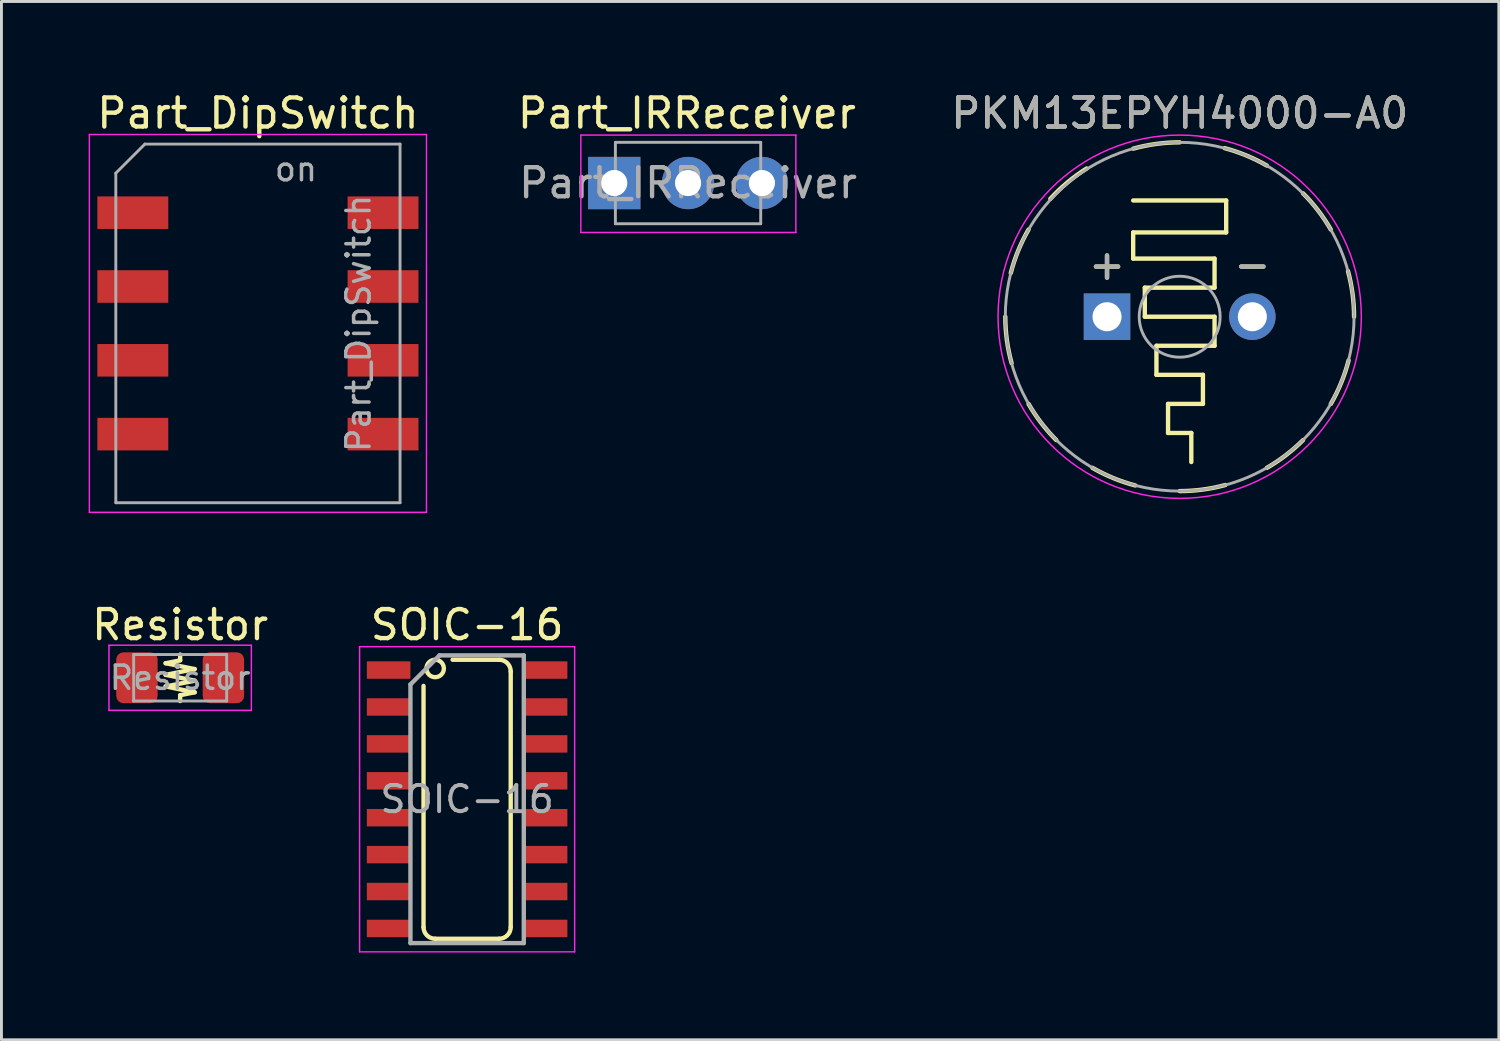
<source format=kicad_pcb>
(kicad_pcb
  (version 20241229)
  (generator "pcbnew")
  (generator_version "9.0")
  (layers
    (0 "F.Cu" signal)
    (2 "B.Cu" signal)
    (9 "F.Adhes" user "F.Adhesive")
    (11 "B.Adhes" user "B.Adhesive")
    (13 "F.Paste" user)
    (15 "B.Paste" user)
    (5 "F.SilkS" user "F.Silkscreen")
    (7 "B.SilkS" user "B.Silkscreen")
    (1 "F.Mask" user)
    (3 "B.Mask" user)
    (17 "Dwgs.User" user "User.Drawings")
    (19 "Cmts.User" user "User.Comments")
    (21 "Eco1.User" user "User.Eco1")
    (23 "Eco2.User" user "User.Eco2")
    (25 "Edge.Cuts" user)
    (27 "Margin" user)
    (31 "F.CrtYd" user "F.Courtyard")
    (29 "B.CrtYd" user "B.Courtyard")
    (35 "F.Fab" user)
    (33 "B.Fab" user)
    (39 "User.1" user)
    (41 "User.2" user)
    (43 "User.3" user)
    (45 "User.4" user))
  (footprint "Part_IRReceiver"
    (layer "F.Cu")
    (at 18.085 3.248)
    (property "Reference" "Part_IRReceiver" (at 2.5 -2.4 180) (layer "F.SilkS") (effects (font (size 1 1) (thickness 0.15))))
    (attr through_hole)
    (fp_line (start -1.15 -1.65) (end -1.15 1.7) (stroke (width 0.05) (type solid)) (layer "F.CrtYd"))
    (fp_line (start -1.15 -1.65) (end 6.25 -1.65) (stroke (width 0.05) (type solid)) (layer "F.CrtYd"))
    (fp_line (start 6.25 1.7) (end -1.15 1.7) (stroke (width 0.05) (type solid)) (layer "F.CrtYd"))
    (fp_line (start 6.25 1.7) (end 6.25 -1.65) (stroke (width 0.05) (type solid)) (layer "F.CrtYd"))
    (fp_line (start 0.04 -1.4) (end 5.04 -1.4) (stroke (width 0.1) (type solid)) (layer "F.Fab"))
    (fp_line (start 0.04 1.4) (end 0.04 -1.4) (stroke (width 0.1) (type solid)) (layer "F.Fab"))
    (fp_line (start 5.04 -1.4) (end 5.04 1.4) (stroke (width 0.1) (type solid)) (layer "F.Fab"))
    (fp_line (start 5.04 1.4) (end 0.04 1.4) (stroke (width 0.1) (type solid)) (layer "F.Fab"))
    (fp_text user "${REFERENCE}" (at 2.54 0 0) (layer "F.Fab") (effects (font (size 1 1) (thickness 0.15))))
    (pad "1" thru_hole rect (at 0 0) (size 1.8 1.8) (drill 0.9) (layers "*.Cu" "*.Mask"))
    (pad "2" thru_hole circle (at 2.54 0) (size 1.8 1.8) (drill 0.9) (layers "*.Cu" "*.Mask"))
    (pad "3" thru_hole circle (at 5.08 0) (size 1.8 1.8) (drill 0.9) (layers "*.Cu" "*.Mask")))
  (footprint "Resistor"
    (layer "F.Cu")
    (at 3.149 20.271)
    (property "Reference" "Resistor" (at 0 -1.82 0) (layer "F.SilkS") (effects (font (size 1 1) (thickness 0.15))))
    (attr smd)
    (fp_line (start -0.5 -0.5) (end 0 -0.6) (stroke (width 0.15) (type solid)) (layer "F.SilkS"))
    (fp_line (start -0.5 -0.1) (end 0.5 -0.3) (stroke (width 0.15) (type solid)) (layer "F.SilkS"))
    (fp_line (start -0.5 0.3) (end 0.5 0.1) (stroke (width 0.15) (type solid)) (layer "F.SilkS"))
    (fp_line (start 0 -0.6) (end 0 -0.8) (stroke (width 0.15) (type solid)) (layer "F.SilkS"))
    (fp_line (start 0 0.6) (end 0 0.8) (stroke (width 0.15) (type solid)) (layer "F.SilkS"))
    (fp_line (start 0 0.6) (end 0.5 0.5) (stroke (width 0.15) (type solid)) (layer "F.SilkS"))
    (fp_line (start 0.5 -0.3) (end -0.5 -0.5) (stroke (width 0.15) (type solid)) (layer "F.SilkS"))
    (fp_line (start 0.5 0.1) (end -0.5 -0.1) (stroke (width 0.15) (type solid)) (layer "F.SilkS"))
    (fp_line (start 0.5 0.5) (end -0.5 0.3) (stroke (width 0.15) (type solid)) (layer "F.SilkS"))
    (fp_line (start -2.45 -1.12) (end 2.45 -1.12) (stroke (width 0.05) (type solid)) (layer "F.CrtYd"))
    (fp_line (start -2.45 1.12) (end -2.45 -1.12) (stroke (width 0.05) (type solid)) (layer "F.CrtYd"))
    (fp_line (start 2.45 -1.12) (end 2.45 1.12) (stroke (width 0.05) (type solid)) (layer "F.CrtYd"))
    (fp_line (start 2.45 1.12) (end -2.45 1.12) (stroke (width 0.05) (type solid)) (layer "F.CrtYd"))
    (fp_line (start -1.6 -0.8) (end 1.6 -0.8) (stroke (width 0.1) (type solid)) (layer "F.Fab"))
    (fp_line (start -1.6 0.8) (end -1.6 -0.8) (stroke (width 0.1) (type solid)) (layer "F.Fab"))
    (fp_line (start 1.6 -0.8) (end 1.6 0.8) (stroke (width 0.1) (type solid)) (layer "F.Fab"))
    (fp_line (start 1.6 0.8) (end -1.6 0.8) (stroke (width 0.1) (type solid)) (layer "F.Fab"))
    (fp_text user "${REFERENCE}" (at 0 0 0) (layer "F.Fab") (effects (font (size 0.8 0.8) (thickness 0.12))))
    (pad "1" smd roundrect (at -1.488 0) (size 1.425 1.75) (layers "F.Cu" "F.Mask" "F.Paste") (roundrect_rratio 0.175))
    (pad "2" smd roundrect (at 1.488 0) (size 1.425 1.75) (layers "F.Cu" "F.Mask" "F.Paste") (roundrect_rratio 0.175)))
  (footprint "Part_DipSwitch"
    (layer "F.Cu")
    (at 5.825 8.078)
    (property "Reference" "Part_DipSwitch" (at 0 -7.23 0) (layer "F.SilkS") (effects (font (size 1 1) (thickness 0.15))))
    (attr smd)
    (fp_line (start -5.8 -6.5) (end -5.8 6.5) (stroke (width 0.05) (type solid)) (layer "F.CrtYd"))
    (fp_line (start -5.8 6.5) (end 5.8 6.5) (stroke (width 0.05) (type solid)) (layer "F.CrtYd"))
    (fp_line (start 5.8 -6.5) (end -5.8 -6.5) (stroke (width 0.05) (type solid)) (layer "F.CrtYd"))
    (fp_line (start 5.8 6.5) (end 5.8 -6.5) (stroke (width 0.05) (type solid)) (layer "F.CrtYd"))
    (fp_line (start -4.89 -5.17) (end -3.89 -6.17) (stroke (width 0.1) (type solid)) (layer "F.Fab"))
    (fp_line (start -4.89 6.17) (end -4.89 -5.17) (stroke (width 0.1) (type solid)) (layer "F.Fab"))
    (fp_line (start -3.89 -6.17) (end 4.89 -6.17) (stroke (width 0.1) (type solid)) (layer "F.Fab"))
    (fp_line (start 4.89 -6.17) (end 4.89 6.17) (stroke (width 0.1) (type solid)) (layer "F.Fab"))
    (fp_line (start 4.89 6.17) (end -4.89 6.17) (stroke (width 0.1) (type solid)) (layer "F.Fab"))
    (fp_text user "${REFERENCE}" (at 3.46 0 90) (layer "F.Fab") (effects (font (size 0.8 0.8) (thickness 0.12))))
    (fp_text user "on" (at 1.308 -5.308 0) (layer "F.Fab") (effects (font (size 0.8 0.8) (thickness 0.12))))
    (pad "1" smd rect (at -4.305 -3.81) (size 2.44 1.12) (layers "F.Cu" "F.Mask" "F.Paste"))
    (pad "2" smd rect (at -4.305 -1.27) (size 2.44 1.12) (layers "F.Cu" "F.Mask" "F.Paste"))
    (pad "3" smd rect (at -4.305 1.27) (size 2.44 1.12) (layers "F.Cu" "F.Mask" "F.Paste"))
    (pad "4" smd rect (at -4.305 3.81) (size 2.44 1.12) (layers "F.Cu" "F.Mask" "F.Paste"))
    (pad "5" smd rect (at 4.305 3.81) (size 2.44 1.12) (layers "F.Cu" "F.Mask" "F.Paste"))
    (pad "6" smd rect (at 4.305 1.27) (size 2.44 1.12) (layers "F.Cu" "F.Mask" "F.Paste"))
    (pad "7" smd rect (at 4.305 -1.27) (size 2.44 1.12) (layers "F.Cu" "F.Mask" "F.Paste"))
    (pad "8" smd rect (at 4.305 -3.81) (size 2.44 1.12) (layers "F.Cu" "F.Mask" "F.Paste")))
  (footprint "SOIC-16"
    (layer "F.Cu")
    (at 13.023 24.451)
    (property "Reference" "SOIC-16" (at 0 -6 0) (layer "F.SilkS") (effects (font (size 1 1) (thickness 0.15))))
    (attr smd)
    (fp_line (start -1.5 -3.9) (end -1.5 4.4) (stroke (width 0.15) (type solid)) (layer "F.SilkS"))
    (fp_line (start -1.1 4.8) (end 1.1 4.8) (stroke (width 0.15) (type solid)) (layer "F.SilkS"))
    (fp_line (start -0.5 -4.8) (end 1.1 -4.8) (stroke (width 0.15) (type solid)) (layer "F.SilkS"))
    (fp_line (start 1.5 -4.4) (end 1.5 4.4) (stroke (width 0.15) (type solid)) (layer "F.SilkS"))
    (fp_arc (start -1.1 4.8) (mid -1.382843 4.682843) (end -1.5 4.4) (stroke (width 0.15) (type solid)) (layer "F.SilkS"))
    (fp_arc (start 1.1 -4.8) (mid 1.382843 -4.682843) (end 1.5 -4.4) (stroke (width 0.15) (type solid)) (layer "F.SilkS"))
    (fp_arc (start 1.5 4.4) (mid 1.382843 4.682843) (end 1.1 4.8) (stroke (width 0.15) (type solid)) (layer "F.SilkS"))
    (fp_circle (center -1.1 -4.5) (end -1.4 -4.5) (stroke (width 0.15) (type solid)) (fill no) (layer "F.SilkS"))
    (fp_line (start -3.7 -5.25) (end -3.7 5.25) (stroke (width 0.05) (type solid)) (layer "F.CrtYd"))
    (fp_line (start -3.7 -5.25) (end 3.7 -5.25) (stroke (width 0.05) (type solid)) (layer "F.CrtYd"))
    (fp_line (start -3.7 5.25) (end 3.7 5.25) (stroke (width 0.05) (type solid)) (layer "F.CrtYd"))
    (fp_line (start 3.7 -5.25) (end 3.7 5.25) (stroke (width 0.05) (type solid)) (layer "F.CrtYd"))
    (fp_line (start -1.95 -3.95) (end -0.95 -4.95) (stroke (width 0.15) (type solid)) (layer "F.Fab"))
    (fp_line (start -1.95 4.95) (end -1.95 -3.95) (stroke (width 0.15) (type solid)) (layer "F.Fab"))
    (fp_line (start -0.95 -4.95) (end 1.95 -4.95) (stroke (width 0.15) (type solid)) (layer "F.Fab"))
    (fp_line (start 1.95 -4.95) (end 1.95 4.95) (stroke (width 0.15) (type solid)) (layer "F.Fab"))
    (fp_line (start 1.95 4.95) (end -1.95 4.95) (stroke (width 0.15) (type solid)) (layer "F.Fab"))
    (fp_text user "${REFERENCE}" (at 0 0 0) (layer "F.Fab") (effects (font (size 0.9 0.9) (thickness 0.135))))
    (pad "1" smd rect (at -2.7 -4.445) (size 1.5 0.6) (layers "F.Cu" "F.Mask" "F.Paste"))
    (pad "2" smd rect (at -2.7 -3.175) (size 1.5 0.6) (layers "F.Cu" "F.Mask" "F.Paste"))
    (pad "3" smd rect (at -2.7 -1.905) (size 1.5 0.6) (layers "F.Cu" "F.Mask" "F.Paste"))
    (pad "4" smd rect (at -2.7 -0.635) (size 1.5 0.6) (layers "F.Cu" "F.Mask" "F.Paste"))
    (pad "5" smd rect (at -2.7 0.635) (size 1.5 0.6) (layers "F.Cu" "F.Mask" "F.Paste"))
    (pad "6" smd rect (at -2.7 1.905) (size 1.5 0.6) (layers "F.Cu" "F.Mask" "F.Paste"))
    (pad "7" smd rect (at -2.7 3.175) (size 1.5 0.6) (layers "F.Cu" "F.Mask" "F.Paste"))
    (pad "8" smd rect (at -2.7 4.445) (size 1.5 0.6) (layers "F.Cu" "F.Mask" "F.Paste"))
    (pad "9" smd rect (at 2.7 4.445) (size 1.5 0.6) (layers "F.Cu" "F.Mask" "F.Paste"))
    (pad "10" smd rect (at 2.7 3.175) (size 1.5 0.6) (layers "F.Cu" "F.Mask" "F.Paste"))
    (pad "11" smd rect (at 2.7 1.905) (size 1.5 0.6) (layers "F.Cu" "F.Mask" "F.Paste"))
    (pad "12" smd rect (at 2.7 0.635) (size 1.5 0.6) (layers "F.Cu" "F.Mask" "F.Paste"))
    (pad "13" smd rect (at 2.7 -0.635) (size 1.5 0.6) (layers "F.Cu" "F.Mask" "F.Paste"))
    (pad "14" smd rect (at 2.7 -1.905) (size 1.5 0.6) (layers "F.Cu" "F.Mask" "F.Paste"))
    (pad "15" smd rect (at 2.7 -3.175) (size 1.5 0.6) (layers "F.Cu" "F.Mask" "F.Paste"))
    (pad "16" smd rect (at 2.7 -4.445) (size 1.5 0.6) (layers "F.Cu" "F.Mask" "F.Paste")))
  (footprint "PKM13EPYH4000-A0"
    (layer "F.Cu")
    (at 33.741 7.848)
    (property "Reference" "PKM13EPYH4000-A0" (at 3.8 -7 0) (layer "F.SilkS") (effects (font (size 1 1) (thickness 0.15))))
    (attr through_hole)
    (fp_line (start 2.2 -4) (end 5.4 -4) (stroke (width 0.15) (type solid)) (layer "F.SilkS"))
    (fp_line (start 2.2 -2.9) (end 2.2 -2) (stroke (width 0.15) (type solid)) (layer "F.SilkS"))
    (fp_line (start 2.2 -2) (end 5 -2) (stroke (width 0.15) (type solid)) (layer "F.SilkS"))
    (fp_line (start 2.6 -1) (end 2.6 0) (stroke (width 0.15) (type solid)) (layer "F.SilkS"))
    (fp_line (start 2.6 0) (end 5 0) (stroke (width 0.15) (type solid)) (layer "F.SilkS"))
    (fp_line (start 3 1) (end 3 2) (stroke (width 0.15) (type solid)) (layer "F.SilkS"))
    (fp_line (start 3 2) (end 4.6 2) (stroke (width 0.15) (type solid)) (layer "F.SilkS"))
    (fp_line (start 3.4 3) (end 3.4 4) (stroke (width 0.15) (type solid)) (layer "F.SilkS"))
    (fp_line (start 3.4 4) (end 4.2 4) (stroke (width 0.15) (type solid)) (layer "F.SilkS"))
    (fp_line (start 4.2 4) (end 4.2 5) (stroke (width 0.15) (type solid)) (layer "F.SilkS"))
    (fp_line (start 4.6 2) (end 4.6 3) (stroke (width 0.15) (type solid)) (layer "F.SilkS"))
    (fp_line (start 4.6 3) (end 3.4 3) (stroke (width 0.15) (type solid)) (layer "F.SilkS"))
    (fp_line (start 5 -2) (end 5 -1) (stroke (width 0.15) (type solid)) (layer "F.SilkS"))
    (fp_line (start 5 -1) (end 2.6 -1) (stroke (width 0.15) (type solid)) (layer "F.SilkS"))
    (fp_line (start 5 0) (end 5 1) (stroke (width 0.15) (type solid)) (layer "F.SilkS"))
    (fp_line (start 5 1) (end 3 1) (stroke (width 0.15) (type solid)) (layer "F.SilkS"))
    (fp_line (start 5.4 -4) (end 5.4 -2.9) (stroke (width 0.15) (type solid)) (layer "F.SilkS"))
    (fp_line (start 5.4 -2.9) (end 2.2 -2.9) (stroke (width 0.15) (type solid)) (layer "F.SilkS"))
    (fp_arc (start -2.012106 -1.503131) (mid -1.756687 -2.272271) (end -1.399999 -2.999999) (stroke (width 0.15) (type solid)) (layer "F.SilkS"))
    (fp_arc (start -1.983956 1.595574) (mid -2.145744 0.805067) (end -2.2 0) (stroke (width 0.15) (type solid)) (layer "F.SilkS"))
    (fp_arc (start -0.65055 -4.054946) (mid -0.060798 -4.619981) (end 0.600001 -5.099999) (stroke (width 0.15) (type solid)) (layer "F.SilkS"))
    (fp_arc (start -0.444996 4.244996) (mid -0.963348 3.653833) (end -1.399999 2.999999) (stroke (width 0.15) (type solid)) (layer "F.SilkS"))
    (fp_arc (start 2.204426 -5.783956) (mid 2.994933 -5.945744) (end 3.8 -6) (stroke (width 0.15) (type solid)) (layer "F.SilkS"))
    (fp_arc (start 2.272193 5.805669) (mid 1.515932 5.551848) (end 0.800001 5.199999) (stroke (width 0.15) (type solid)) (layer "F.SilkS"))
    (fp_arc (start 5.346834 -5.800628) (mid 6.093166 -5.548096) (end 6.799999 -5.199999) (stroke (width 0.15) (type solid)) (layer "F.SilkS"))
    (fp_arc (start 5.370398 5.790842) (mid 4.592133 5.947481) (end 3.8 6) (stroke (width 0.15) (type solid)) (layer "F.SilkS"))
    (fp_arc (start 8.044996 -4.244996) (mid 8.563348 -3.653833) (end 8.999999 -2.999999) (stroke (width 0.15) (type solid)) (layer "F.SilkS"))
    (fp_arc (start 8.044996 4.244996) (mid 7.453833 4.763348) (end 6.799999 5.199999) (stroke (width 0.15) (type solid)) (layer "F.SilkS"))
    (fp_arc (start 9.590842 -1.570398) (mid 9.747481 -0.792133) (end 9.8 0) (stroke (width 0.15) (type solid)) (layer "F.SilkS"))
    (fp_arc (start 9.612106 1.503131) (mid 9.356687 2.272271) (end 8.999999 2.999999) (stroke (width 0.15) (type solid)) (layer "F.SilkS"))
    (fp_circle (center 3.8 0) (end 10.05 0) (stroke (width 0.05) (type solid)) (fill no) (layer "F.CrtYd"))
    (fp_circle (center 3.8 0) (end 5.1 0.5) (stroke (width 0.1) (type solid)) (fill no) (layer "F.Fab"))
    (fp_circle (center 3.8 0) (end 9.8 0) (stroke (width 0.1) (type solid)) (fill no) (layer "F.Fab"))
    (fp_text user "+" (at 1.3 -1.8 0) (layer "F.SilkS") (effects (font (size 1 1) (thickness 0.15))))
    (fp_text user "-" (at 6.3 -1.8 0) (layer "F.SilkS") (effects (font (size 1 1) (thickness 0.15))))
    (fp_text user "-" (at 6.3 -1.8 0) (layer "F.Fab") (effects (font (size 1 1) (thickness 0.15))))
    (fp_text user "+" (at 1.3 -1.8 0) (layer "F.Fab") (effects (font (size 1 1) (thickness 0.15))))
    (fp_text user "${REFERENCE}" (at 3.8 -7 0) (layer "F.Fab") (effects (font (size 1 1) (thickness 0.15))))
    (pad "1" thru_hole rect (at 1.3 0) (size 1.6 1.6) (drill 1) (layers "*.Cu" "*.Mask"))
    (pad "2" thru_hole circle (at 6.3 0) (size 1.6 1.6) (drill 1) (layers "*.Cu" "*.Mask")))
  (gr_rect
    (start -3 -3)
    (end 48.523 32.727)
    (stroke (width 0.1) (type default))
    (fill no)
    (layer "Edge.Cuts")))
</source>
